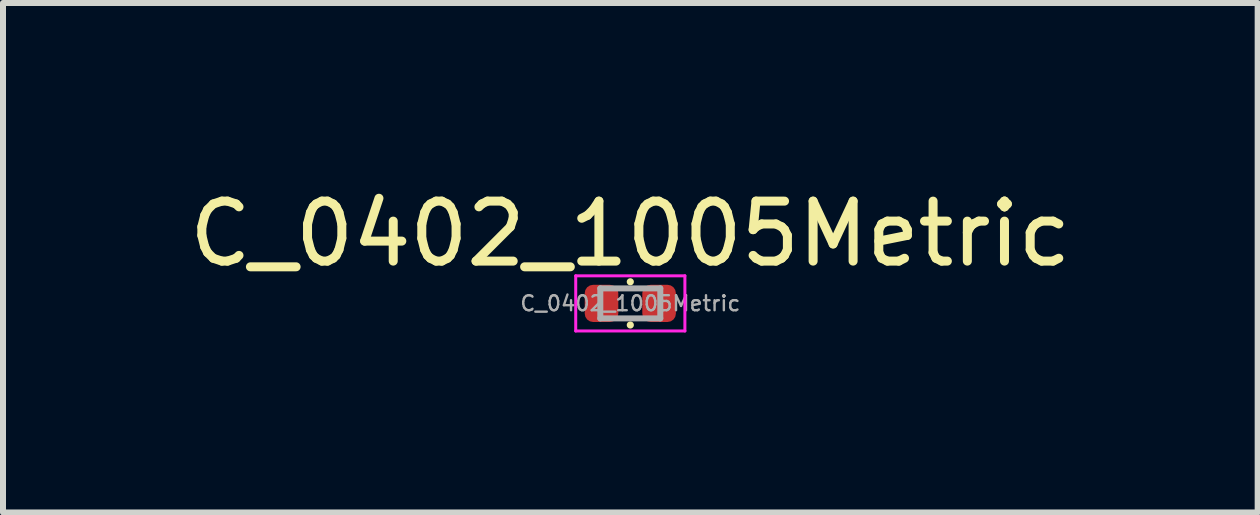
<source format=kicad_pcb>
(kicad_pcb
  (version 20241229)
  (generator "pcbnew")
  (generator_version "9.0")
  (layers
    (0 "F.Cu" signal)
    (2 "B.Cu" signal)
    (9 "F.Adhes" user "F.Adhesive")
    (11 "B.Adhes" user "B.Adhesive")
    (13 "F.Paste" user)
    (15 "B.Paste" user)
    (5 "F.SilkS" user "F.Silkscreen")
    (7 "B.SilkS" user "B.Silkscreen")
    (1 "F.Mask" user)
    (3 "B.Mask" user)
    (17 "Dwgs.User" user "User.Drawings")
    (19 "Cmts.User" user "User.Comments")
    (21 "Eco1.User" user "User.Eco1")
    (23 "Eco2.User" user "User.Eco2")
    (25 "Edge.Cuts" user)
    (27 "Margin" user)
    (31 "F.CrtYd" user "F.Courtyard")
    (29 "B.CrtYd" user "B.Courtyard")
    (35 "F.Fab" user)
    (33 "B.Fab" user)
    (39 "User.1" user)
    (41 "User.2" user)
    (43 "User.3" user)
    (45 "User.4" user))
  (footprint "C_0402_1005Metric"
    (layer "F.Cu")
    (at 7.458 2.008)
    (property "Reference" "C_0402_1005Metric" (at 0 -1.16 0) (layer "F.SilkS") (effects (font (size 1 1) (thickness 0.15))))
    (attr smd)
    (fp_line (start 0 -0.36) (end 0 -0.36) (stroke (width 0.12) (type solid)) (layer "F.SilkS"))
    (fp_line (start 0 0.36) (end 0 0.36) (stroke (width 0.12) (type solid)) (layer "F.SilkS"))
    (fp_line (start -0.91 -0.46) (end 0.91 -0.46) (stroke (width 0.05) (type solid)) (layer "F.CrtYd"))
    (fp_line (start -0.91 0.46) (end -0.91 -0.46) (stroke (width 0.05) (type solid)) (layer "F.CrtYd"))
    (fp_line (start 0.91 -0.46) (end 0.91 0.46) (stroke (width 0.05) (type solid)) (layer "F.CrtYd"))
    (fp_line (start 0.91 0.46) (end -0.91 0.46) (stroke (width 0.05) (type solid)) (layer "F.CrtYd"))
    (fp_line (start -0.5 -0.25) (end 0.5 -0.25) (stroke (width 0.1) (type solid)) (layer "F.Fab"))
    (fp_line (start -0.5 0.25) (end -0.5 -0.25) (stroke (width 0.1) (type solid)) (layer "F.Fab"))
    (fp_line (start 0.5 -0.25) (end 0.5 0.25) (stroke (width 0.1) (type solid)) (layer "F.Fab"))
    (fp_line (start 0.5 0.25) (end -0.5 0.25) (stroke (width 0.1) (type solid)) (layer "F.Fab"))
    (fp_text user "${REFERENCE}" (at 0 0 0) (layer "F.Fab") (effects (font (size 0.25 0.25) (thickness 0.04))))
    (pad "1" smd roundrect (at -0.48 0) (size 0.56 0.62) (layers "F.Cu" "F.Mask" "F.Paste") (roundrect_rratio 0.25))
    (pad "2" smd roundrect (at 0.48 0) (size 0.56 0.62) (layers "F.Cu" "F.Mask" "F.Paste") (roundrect_rratio 0.25)))
  (gr_rect
    (start -3 -3)
    (end 17.917 5.493)
    (stroke (width 0.1) (type default))
    (fill no)
    (layer "Edge.Cuts")))
</source>
